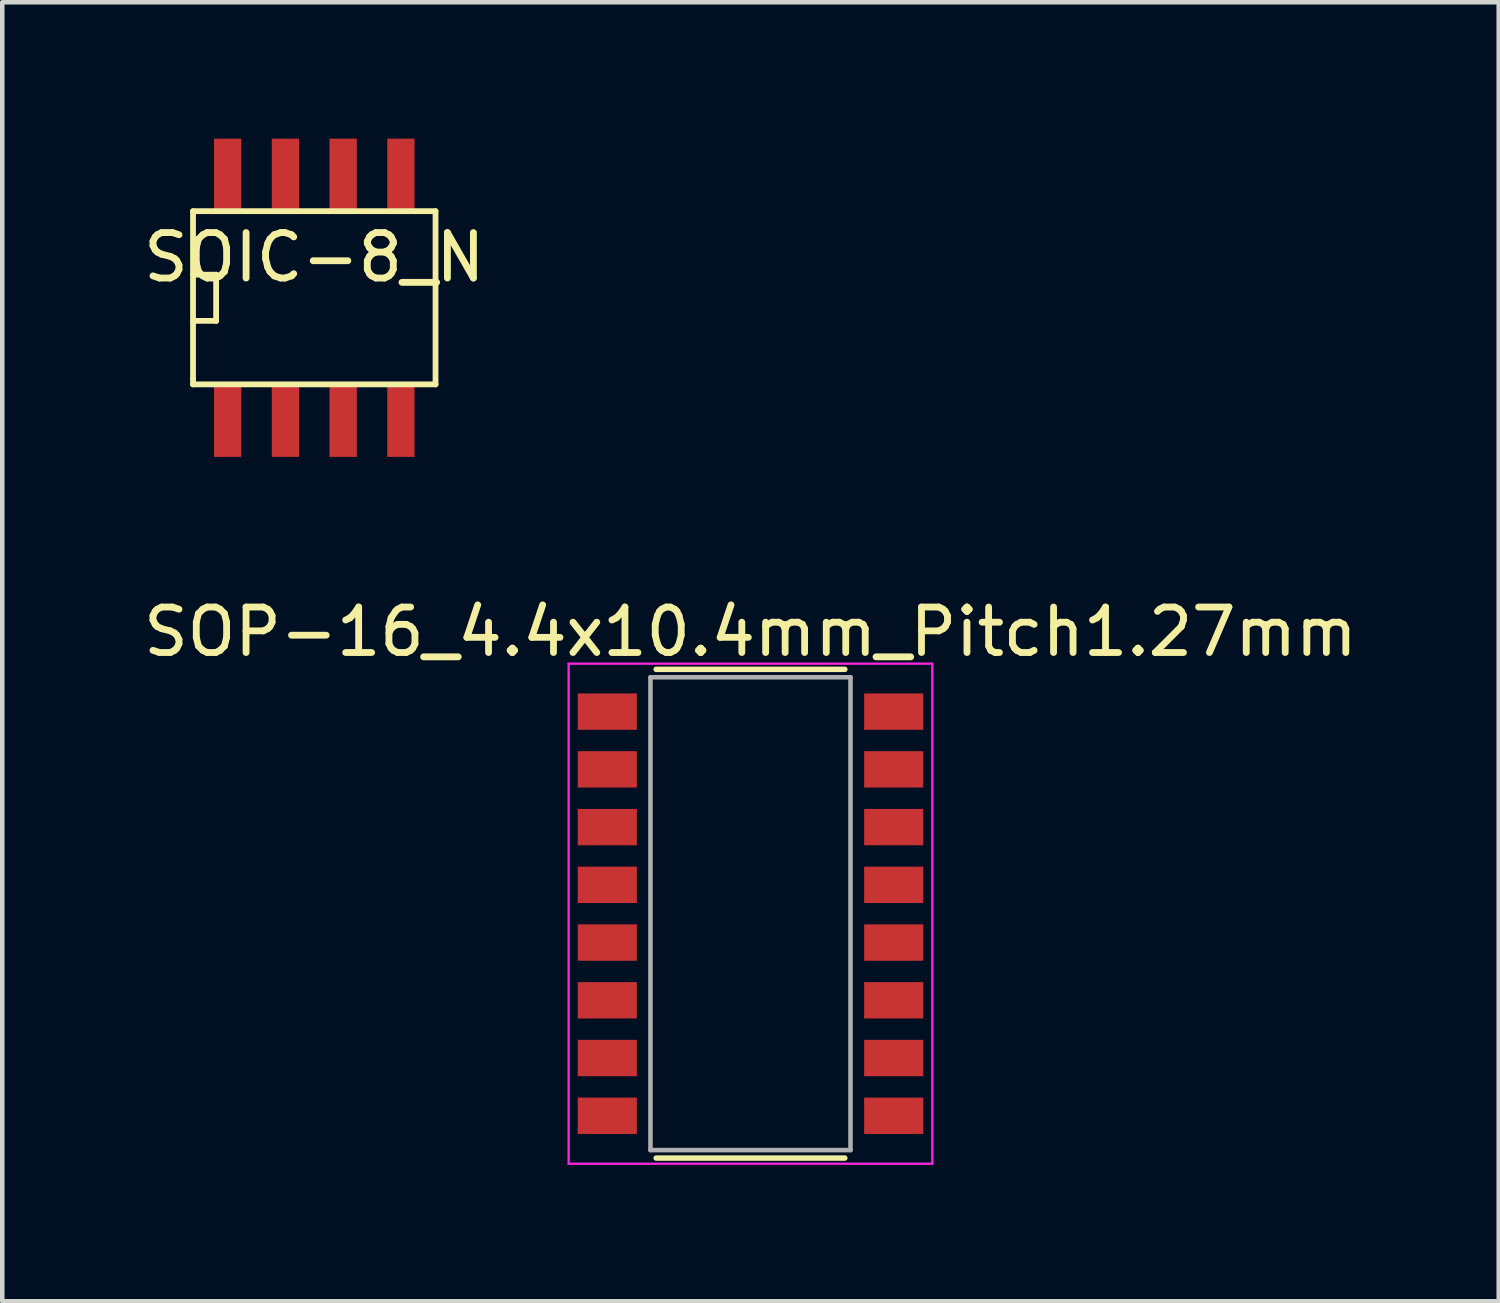
<source format=kicad_pcb>
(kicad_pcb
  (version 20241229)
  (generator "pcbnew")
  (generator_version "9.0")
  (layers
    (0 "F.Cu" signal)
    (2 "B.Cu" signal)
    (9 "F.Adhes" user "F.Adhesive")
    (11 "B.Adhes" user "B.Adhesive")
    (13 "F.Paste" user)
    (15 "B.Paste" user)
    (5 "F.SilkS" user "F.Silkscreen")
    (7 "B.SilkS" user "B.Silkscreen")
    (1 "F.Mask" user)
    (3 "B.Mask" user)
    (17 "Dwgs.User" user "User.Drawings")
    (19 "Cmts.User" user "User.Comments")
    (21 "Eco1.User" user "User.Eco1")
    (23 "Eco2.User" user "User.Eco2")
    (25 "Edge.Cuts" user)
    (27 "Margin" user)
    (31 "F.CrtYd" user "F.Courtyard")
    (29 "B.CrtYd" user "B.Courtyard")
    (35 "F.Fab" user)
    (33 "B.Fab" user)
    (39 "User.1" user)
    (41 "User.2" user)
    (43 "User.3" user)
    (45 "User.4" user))
  (footprint "SOP-16_4.4x10.4mm_Pitch1.27mm"
    (layer "F.Cu")
    (at 13.458 17.048)
    (property "Reference" "SOP-16_4.4x10.4mm_Pitch1.27mm" (at 0 -6.2 0) (layer "F.SilkS") (effects (font (size 1 1) (thickness 0.15))))
    (attr smd)
    (fp_line (start -2.075 -5.375) (end 2.075 -5.375) (stroke (width 0.12) (type solid)) (layer "F.SilkS"))
    (fp_line (start -2.075 5.375) (end 2.075 5.375) (stroke (width 0.12) (type solid)) (layer "F.SilkS"))
    (fp_line (start -4 -5.5) (end -4 5.5) (stroke (width 0.05) (type solid)) (layer "F.CrtYd"))
    (fp_line (start -4 -5.5) (end 4 -5.5) (stroke (width 0.05) (type solid)) (layer "F.CrtYd"))
    (fp_line (start -4 5.5) (end 4 5.5) (stroke (width 0.05) (type solid)) (layer "F.CrtYd"))
    (fp_line (start 4 -5.5) (end 4 5.5) (stroke (width 0.05) (type solid)) (layer "F.CrtYd"))
    (fp_line (start -2.2 -5.2) (end 2.2 -5.2) (stroke (width 0.1) (type solid)) (layer "F.Fab"))
    (fp_line (start -2.2 5.2) (end -2.2 -5.2) (stroke (width 0.1) (type solid)) (layer "F.Fab"))
    (fp_line (start 2.2 -5.2) (end 2.2 5.2) (stroke (width 0.1) (type solid)) (layer "F.Fab"))
    (fp_line (start 2.2 5.2) (end -2.2 5.2) (stroke (width 0.1) (type solid)) (layer "F.Fab"))
    (pad "1" smd rect (at -3.15 -4.445) (size 1.3 0.8) (layers "F.Cu" "F.Mask" "F.Paste"))
    (pad "2" smd rect (at -3.15 -3.175) (size 1.3 0.8) (layers "F.Cu" "F.Mask" "F.Paste"))
    (pad "3" smd rect (at -3.15 -1.905) (size 1.3 0.8) (layers "F.Cu" "F.Mask" "F.Paste"))
    (pad "4" smd rect (at -3.15 -0.635) (size 1.3 0.8) (layers "F.Cu" "F.Mask" "F.Paste"))
    (pad "5" smd rect (at -3.15 0.635) (size 1.3 0.8) (layers "F.Cu" "F.Mask" "F.Paste"))
    (pad "6" smd rect (at -3.15 1.905) (size 1.3 0.8) (layers "F.Cu" "F.Mask" "F.Paste"))
    (pad "7" smd rect (at -3.15 3.175) (size 1.3 0.8) (layers "F.Cu" "F.Mask" "F.Paste"))
    (pad "8" smd rect (at -3.15 4.445) (size 1.3 0.8) (layers "F.Cu" "F.Mask" "F.Paste"))
    (pad "9" smd rect (at 3.15 4.445) (size 1.3 0.8) (layers "F.Cu" "F.Mask" "F.Paste"))
    (pad "10" smd rect (at 3.15 3.175) (size 1.3 0.8) (layers "F.Cu" "F.Mask" "F.Paste"))
    (pad "11" smd rect (at 3.15 1.905) (size 1.3 0.8) (layers "F.Cu" "F.Mask" "F.Paste"))
    (pad "12" smd rect (at 3.15 0.635) (size 1.3 0.8) (layers "F.Cu" "F.Mask" "F.Paste"))
    (pad "13" smd rect (at 3.15 -0.635) (size 1.3 0.8) (layers "F.Cu" "F.Mask" "F.Paste"))
    (pad "14" smd rect (at 3.15 -1.905) (size 1.3 0.8) (layers "F.Cu" "F.Mask" "F.Paste"))
    (pad "15" smd rect (at 3.15 -3.175) (size 1.3 0.8) (layers "F.Cu" "F.Mask" "F.Paste"))
    (pad "16" smd rect (at 3.15 -4.445) (size 1.3 0.8) (layers "F.Cu" "F.Mask" "F.Paste")))
  (footprint "SOIC-8_N"
    (layer "F.Cu")
    (at 3.863 3.5)
    (property "Reference" "SOIC-8_N" (at 0 -0.889 0) (layer "F.SilkS") (effects (font (size 1 1) (thickness 0.15))))
    (attr smd)
    (fp_line (start -2.667 -1.905) (end -2.667 1.778) (stroke (width 0.127) (type solid)) (layer "F.SilkS"))
    (fp_line (start -2.667 -0.508) (end -2.159 -0.508) (stroke (width 0.127) (type solid)) (layer "F.SilkS"))
    (fp_line (start -2.667 1.778) (end -2.667 1.905) (stroke (width 0.127) (type solid)) (layer "F.SilkS"))
    (fp_line (start -2.667 1.905) (end 2.667 1.905) (stroke (width 0.127) (type solid)) (layer "F.SilkS"))
    (fp_line (start -2.159 -0.508) (end -2.159 0.508) (stroke (width 0.127) (type solid)) (layer "F.SilkS"))
    (fp_line (start -2.159 0.508) (end -2.667 0.508) (stroke (width 0.127) (type solid)) (layer "F.SilkS"))
    (fp_line (start 2.667 -1.905) (end -2.667 -1.905) (stroke (width 0.127) (type solid)) (layer "F.SilkS"))
    (fp_line (start 2.667 -1.905) (end 2.667 1.905) (stroke (width 0.127) (type solid)) (layer "F.SilkS"))
    (pad "1" smd rect (at -1.905 2.7) (size 0.6 1.6) (layers "F.Cu" "F.Mask" "F.Paste"))
    (pad "2" smd rect (at -0.635 2.7) (size 0.6 1.6) (layers "F.Cu" "F.Mask" "F.Paste"))
    (pad "3" smd rect (at 0.635 2.7) (size 0.6 1.6) (layers "F.Cu" "F.Mask" "F.Paste"))
    (pad "4" smd rect (at 1.905 2.7) (size 0.6 1.6) (layers "F.Cu" "F.Mask" "F.Paste"))
    (pad "5" smd rect (at 1.905 -2.7) (size 0.6 1.6) (layers "F.Cu" "F.Mask" "F.Paste"))
    (pad "6" smd rect (at 0.635 -2.7) (size 0.6 1.6) (layers "F.Cu" "F.Mask" "F.Paste"))
    (pad "7" smd rect (at -0.635 -2.7) (size 0.6 1.6) (layers "F.Cu" "F.Mask" "F.Paste"))
    (pad "8" smd rect (at -1.905 -2.7) (size 0.6 1.6) (layers "F.Cu" "F.Mask" "F.Paste")))
  (gr_rect
    (start -3 -3)
    (end 29.917 25.573)
    (stroke (width 0.1) (type default))
    (fill no)
    (layer "Edge.Cuts")))
</source>
